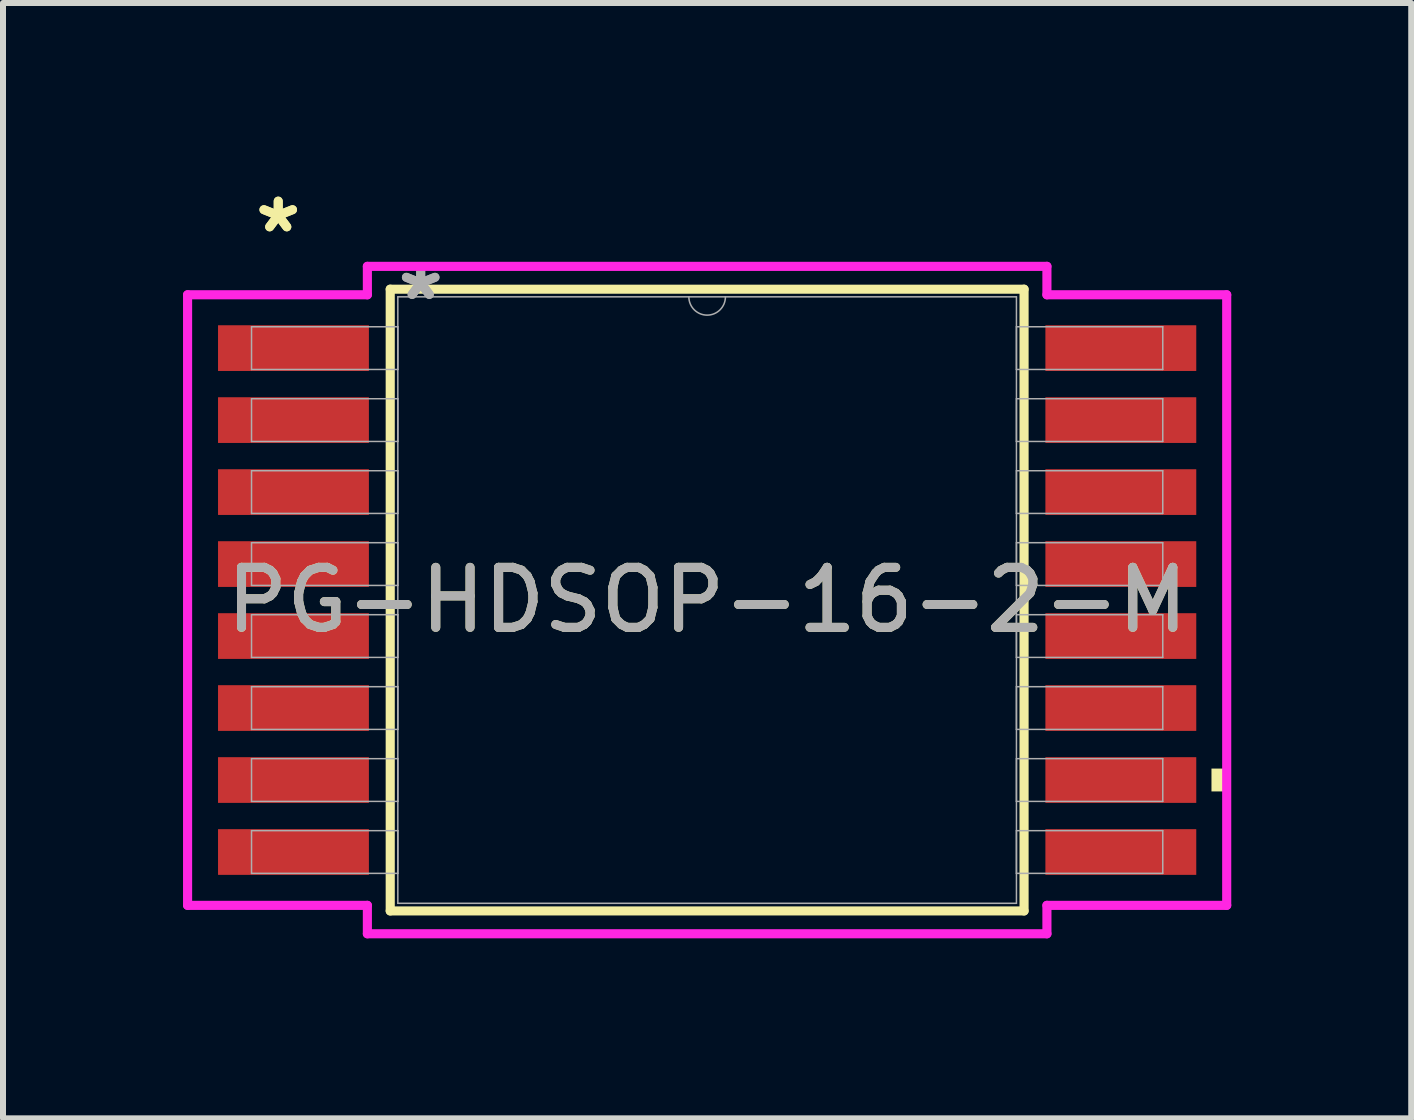
<source format=kicad_pcb>
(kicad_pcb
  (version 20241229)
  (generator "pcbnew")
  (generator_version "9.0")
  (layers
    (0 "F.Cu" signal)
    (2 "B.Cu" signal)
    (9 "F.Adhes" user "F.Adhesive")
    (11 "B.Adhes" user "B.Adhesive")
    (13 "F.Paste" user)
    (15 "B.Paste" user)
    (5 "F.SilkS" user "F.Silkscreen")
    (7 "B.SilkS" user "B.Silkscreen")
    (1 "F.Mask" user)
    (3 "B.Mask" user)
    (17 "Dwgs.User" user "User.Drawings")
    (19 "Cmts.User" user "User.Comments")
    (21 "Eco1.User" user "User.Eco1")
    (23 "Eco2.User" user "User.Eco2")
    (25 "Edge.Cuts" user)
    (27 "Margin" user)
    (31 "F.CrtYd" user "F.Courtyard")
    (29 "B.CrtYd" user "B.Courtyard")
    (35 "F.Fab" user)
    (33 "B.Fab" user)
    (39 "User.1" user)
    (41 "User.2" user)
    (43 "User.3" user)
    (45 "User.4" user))
  (footprint "PG-HDSOP-16-2-M"
    (layer "F.Cu")
    (at 8.738 6.953)
    (property "Reference" "PG-HDSOP-16-2-M" (at 0 0 0) (unlocked yes) (layer "F.SilkS") (effects (font (size 1 1) (thickness 0.15))))
    (attr smd)
    (fp_line (start -5.283 -5.182) (end -5.283 5.182) (stroke (width 0.152) (type solid)) (layer "F.SilkS"))
    (fp_line (start -5.283 5.182) (end 5.283 5.182) (stroke (width 0.152) (type solid)) (layer "F.SilkS"))
    (fp_line (start 5.283 -5.182) (end -5.283 -5.182) (stroke (width 0.152) (type solid)) (layer "F.SilkS"))
    (fp_line (start 5.283 5.182) (end 5.283 -5.182) (stroke (width 0.152) (type solid)) (layer "F.SilkS"))
    (fp_poly (pts (xy 8.661 2.809) (xy 8.661 3.19) (xy 8.407 3.19) (xy 8.407 2.809)) (stroke (width 0) (type solid)) (fill yes) (layer "F.SilkS"))
    (fp_line (start -8.661 -5.089) (end -5.664 -5.089) (stroke (width 0.152) (type solid)) (layer "F.CrtYd"))
    (fp_line (start -8.661 5.089) (end -8.661 -5.089) (stroke (width 0.152) (type solid)) (layer "F.CrtYd"))
    (fp_line (start -8.661 5.089) (end -5.664 5.089) (stroke (width 0.152) (type solid)) (layer "F.CrtYd"))
    (fp_line (start -5.664 -5.563) (end 5.664 -5.563) (stroke (width 0.152) (type solid)) (layer "F.CrtYd"))
    (fp_line (start -5.664 -5.089) (end -5.664 -5.563) (stroke (width 0.152) (type solid)) (layer "F.CrtYd"))
    (fp_line (start -5.664 5.563) (end -5.664 5.089) (stroke (width 0.152) (type solid)) (layer "F.CrtYd"))
    (fp_line (start 5.664 -5.563) (end 5.664 -5.089) (stroke (width 0.152) (type solid)) (layer "F.CrtYd"))
    (fp_line (start 5.664 5.089) (end 5.664 5.563) (stroke (width 0.152) (type solid)) (layer "F.CrtYd"))
    (fp_line (start 5.664 5.563) (end -5.664 5.563) (stroke (width 0.152) (type solid)) (layer "F.CrtYd"))
    (fp_line (start 8.661 -5.089) (end 5.664 -5.089) (stroke (width 0.152) (type solid)) (layer "F.CrtYd"))
    (fp_line (start 8.661 -5.089) (end 8.661 5.089) (stroke (width 0.152) (type solid)) (layer "F.CrtYd"))
    (fp_line (start 8.661 5.089) (end 5.664 5.089) (stroke (width 0.152) (type solid)) (layer "F.CrtYd"))
    (fp_line (start -7.595 -4.556) (end -7.595 -3.844) (stroke (width 0.025) (type solid)) (layer "F.Fab"))
    (fp_line (start -7.595 -3.844) (end -5.156 -3.844) (stroke (width 0.025) (type solid)) (layer "F.Fab"))
    (fp_line (start -7.595 -3.356) (end -7.595 -2.644) (stroke (width 0.025) (type solid)) (layer "F.Fab"))
    (fp_line (start -7.595 -2.644) (end -5.156 -2.644) (stroke (width 0.025) (type solid)) (layer "F.Fab"))
    (fp_line (start -7.595 -2.156) (end -7.595 -1.444) (stroke (width 0.025) (type solid)) (layer "F.Fab"))
    (fp_line (start -7.595 -1.444) (end -5.156 -1.444) (stroke (width 0.025) (type solid)) (layer "F.Fab"))
    (fp_line (start -7.595 -0.956) (end -7.595 -0.244) (stroke (width 0.025) (type solid)) (layer "F.Fab"))
    (fp_line (start -7.595 -0.244) (end -5.156 -0.244) (stroke (width 0.025) (type solid)) (layer "F.Fab"))
    (fp_line (start -7.595 0.244) (end -7.595 0.956) (stroke (width 0.025) (type solid)) (layer "F.Fab"))
    (fp_line (start -7.595 0.956) (end -5.156 0.956) (stroke (width 0.025) (type solid)) (layer "F.Fab"))
    (fp_line (start -7.595 1.444) (end -7.595 2.156) (stroke (width 0.025) (type solid)) (layer "F.Fab"))
    (fp_line (start -7.595 2.156) (end -5.156 2.156) (stroke (width 0.025) (type solid)) (layer "F.Fab"))
    (fp_line (start -7.595 2.644) (end -7.595 3.356) (stroke (width 0.025) (type solid)) (layer "F.Fab"))
    (fp_line (start -7.595 3.356) (end -5.156 3.356) (stroke (width 0.025) (type solid)) (layer "F.Fab"))
    (fp_line (start -7.595 3.844) (end -7.595 4.556) (stroke (width 0.025) (type solid)) (layer "F.Fab"))
    (fp_line (start -7.595 4.556) (end -5.156 4.556) (stroke (width 0.025) (type solid)) (layer "F.Fab"))
    (fp_line (start -5.156 -5.055) (end -5.156 5.055) (stroke (width 0.025) (type solid)) (layer "F.Fab"))
    (fp_line (start -5.156 -4.556) (end -7.595 -4.556) (stroke (width 0.025) (type solid)) (layer "F.Fab"))
    (fp_line (start -5.156 -3.844) (end -5.156 -4.556) (stroke (width 0.025) (type solid)) (layer "F.Fab"))
    (fp_line (start -5.156 -3.356) (end -7.595 -3.356) (stroke (width 0.025) (type solid)) (layer "F.Fab"))
    (fp_line (start -5.156 -2.644) (end -5.156 -3.356) (stroke (width 0.025) (type solid)) (layer "F.Fab"))
    (fp_line (start -5.156 -2.156) (end -7.595 -2.156) (stroke (width 0.025) (type solid)) (layer "F.Fab"))
    (fp_line (start -5.156 -1.444) (end -5.156 -2.156) (stroke (width 0.025) (type solid)) (layer "F.Fab"))
    (fp_line (start -5.156 -0.956) (end -7.595 -0.956) (stroke (width 0.025) (type solid)) (layer "F.Fab"))
    (fp_line (start -5.156 -0.244) (end -5.156 -0.956) (stroke (width 0.025) (type solid)) (layer "F.Fab"))
    (fp_line (start -5.156 0.244) (end -7.595 0.244) (stroke (width 0.025) (type solid)) (layer "F.Fab"))
    (fp_line (start -5.156 0.956) (end -5.156 0.244) (stroke (width 0.025) (type solid)) (layer "F.Fab"))
    (fp_line (start -5.156 1.444) (end -7.595 1.444) (stroke (width 0.025) (type solid)) (layer "F.Fab"))
    (fp_line (start -5.156 2.156) (end -5.156 1.444) (stroke (width 0.025) (type solid)) (layer "F.Fab"))
    (fp_line (start -5.156 2.644) (end -7.595 2.644) (stroke (width 0.025) (type solid)) (layer "F.Fab"))
    (fp_line (start -5.156 3.356) (end -5.156 2.644) (stroke (width 0.025) (type solid)) (layer "F.Fab"))
    (fp_line (start -5.156 3.844) (end -7.595 3.844) (stroke (width 0.025) (type solid)) (layer "F.Fab"))
    (fp_line (start -5.156 4.556) (end -5.156 3.844) (stroke (width 0.025) (type solid)) (layer "F.Fab"))
    (fp_line (start -5.156 5.055) (end 5.156 5.055) (stroke (width 0.025) (type solid)) (layer "F.Fab"))
    (fp_line (start 5.156 -5.055) (end -5.156 -5.055) (stroke (width 0.025) (type solid)) (layer "F.Fab"))
    (fp_line (start 5.156 -4.556) (end 5.156 -3.844) (stroke (width 0.025) (type solid)) (layer "F.Fab"))
    (fp_line (start 5.156 -3.844) (end 7.595 -3.844) (stroke (width 0.025) (type solid)) (layer "F.Fab"))
    (fp_line (start 5.156 -3.356) (end 5.156 -2.644) (stroke (width 0.025) (type solid)) (layer "F.Fab"))
    (fp_line (start 5.156 -2.644) (end 7.595 -2.644) (stroke (width 0.025) (type solid)) (layer "F.Fab"))
    (fp_line (start 5.156 -2.156) (end 5.156 -1.444) (stroke (width 0.025) (type solid)) (layer "F.Fab"))
    (fp_line (start 5.156 -1.444) (end 7.595 -1.444) (stroke (width 0.025) (type solid)) (layer "F.Fab"))
    (fp_line (start 5.156 -0.956) (end 5.156 -0.244) (stroke (width 0.025) (type solid)) (layer "F.Fab"))
    (fp_line (start 5.156 -0.244) (end 7.595 -0.244) (stroke (width 0.025) (type solid)) (layer "F.Fab"))
    (fp_line (start 5.156 0.244) (end 5.156 0.956) (stroke (width 0.025) (type solid)) (layer "F.Fab"))
    (fp_line (start 5.156 0.956) (end 7.595 0.956) (stroke (width 0.025) (type solid)) (layer "F.Fab"))
    (fp_line (start 5.156 1.444) (end 5.156 2.156) (stroke (width 0.025) (type solid)) (layer "F.Fab"))
    (fp_line (start 5.156 2.156) (end 7.595 2.156) (stroke (width 0.025) (type solid)) (layer "F.Fab"))
    (fp_line (start 5.156 2.644) (end 5.156 3.356) (stroke (width 0.025) (type solid)) (layer "F.Fab"))
    (fp_line (start 5.156 3.356) (end 7.595 3.356) (stroke (width 0.025) (type solid)) (layer "F.Fab"))
    (fp_line (start 5.156 3.844) (end 5.156 4.556) (stroke (width 0.025) (type solid)) (layer "F.Fab"))
    (fp_line (start 5.156 4.556) (end 7.595 4.556) (stroke (width 0.025) (type solid)) (layer "F.Fab"))
    (fp_line (start 5.156 5.055) (end 5.156 -5.055) (stroke (width 0.025) (type solid)) (layer "F.Fab"))
    (fp_line (start 7.595 -4.556) (end 5.156 -4.556) (stroke (width 0.025) (type solid)) (layer "F.Fab"))
    (fp_line (start 7.595 -3.844) (end 7.595 -4.556) (stroke (width 0.025) (type solid)) (layer "F.Fab"))
    (fp_line (start 7.595 -3.356) (end 5.156 -3.356) (stroke (width 0.025) (type solid)) (layer "F.Fab"))
    (fp_line (start 7.595 -2.644) (end 7.595 -3.356) (stroke (width 0.025) (type solid)) (layer "F.Fab"))
    (fp_line (start 7.595 -2.156) (end 5.156 -2.156) (stroke (width 0.025) (type solid)) (layer "F.Fab"))
    (fp_line (start 7.595 -1.444) (end 7.595 -2.156) (stroke (width 0.025) (type solid)) (layer "F.Fab"))
    (fp_line (start 7.595 -0.956) (end 5.156 -0.956) (stroke (width 0.025) (type solid)) (layer "F.Fab"))
    (fp_line (start 7.595 -0.244) (end 7.595 -0.956) (stroke (width 0.025) (type solid)) (layer "F.Fab"))
    (fp_line (start 7.595 0.244) (end 5.156 0.244) (stroke (width 0.025) (type solid)) (layer "F.Fab"))
    (fp_line (start 7.595 0.956) (end 7.595 0.244) (stroke (width 0.025) (type solid)) (layer "F.Fab"))
    (fp_line (start 7.595 1.444) (end 5.156 1.444) (stroke (width 0.025) (type solid)) (layer "F.Fab"))
    (fp_line (start 7.595 2.156) (end 7.595 1.444) (stroke (width 0.025) (type solid)) (layer "F.Fab"))
    (fp_line (start 7.595 2.644) (end 5.156 2.644) (stroke (width 0.025) (type solid)) (layer "F.Fab"))
    (fp_line (start 7.595 3.356) (end 7.595 2.644) (stroke (width 0.025) (type solid)) (layer "F.Fab"))
    (fp_line (start 7.595 3.844) (end 5.156 3.844) (stroke (width 0.025) (type solid)) (layer "F.Fab"))
    (fp_line (start 7.595 4.556) (end 7.595 3.844) (stroke (width 0.025) (type solid)) (layer "F.Fab"))
    (fp_arc (start 0.3048 -5.0546) (mid 0 -4.7498) (end -0.3048 -5.0546) (stroke (width 0.0254) (type solid)) (layer "F.Fab"))
    (fp_text user "*" (at -7.15 -6.105 0) (layer "F.SilkS") (effects (font (size 1 1) (thickness 0.15))))
    (fp_text user "*" (at -7.15 -6.105 0) (unlocked yes) (layer "F.SilkS") (effects (font (size 1 1) (thickness 0.15))))
    (fp_text user "*" (at -4.775 -4.978 0) (layer "F.Fab") (effects (font (size 1 1) (thickness 0.15))))
    (fp_text user "${REFERENCE}" (at 0 0 0) (unlocked yes) (layer "F.Fab") (effects (font (size 1 1) (thickness 0.15))))
    (fp_text user "*" (at -4.775 -4.978 0) (unlocked yes) (layer "F.Fab") (effects (font (size 1 1) (thickness 0.15))))
    (pad "1" smd rect (at -6.896 -4.2) (size 2.515 0.762) (layers "F.Cu" "F.Mask" "F.Paste"))
    (pad "2" smd rect (at -6.896 -3) (size 2.515 0.762) (layers "F.Cu" "F.Mask" "F.Paste"))
    (pad "3" smd rect (at -6.896 -1.8) (size 2.515 0.762) (layers "F.Cu" "F.Mask" "F.Paste"))
    (pad "4" smd rect (at -6.896 -0.6) (size 2.515 0.762) (layers "F.Cu" "F.Mask" "F.Paste"))
    (pad "5" smd rect (at -6.896 0.6) (size 2.515 0.762) (layers "F.Cu" "F.Mask" "F.Paste"))
    (pad "6" smd rect (at -6.896 1.8) (size 2.515 0.762) (layers "F.Cu" "F.Mask" "F.Paste"))
    (pad "7" smd rect (at -6.896 3) (size 2.515 0.762) (layers "F.Cu" "F.Mask" "F.Paste"))
    (pad "8" smd rect (at -6.896 4.2) (size 2.515 0.762) (layers "F.Cu" "F.Mask" "F.Paste"))
    (pad "9" smd rect (at 6.896 4.2) (size 2.515 0.762) (layers "F.Cu" "F.Mask" "F.Paste"))
    (pad "10" smd rect (at 6.896 3) (size 2.515 0.762) (layers "F.Cu" "F.Mask" "F.Paste"))
    (pad "11" smd rect (at 6.896 1.8) (size 2.515 0.762) (layers "F.Cu" "F.Mask" "F.Paste"))
    (pad "12" smd rect (at 6.896 0.6) (size 2.515 0.762) (layers "F.Cu" "F.Mask" "F.Paste"))
    (pad "13" smd rect (at 6.896 -0.6) (size 2.515 0.762) (layers "F.Cu" "F.Mask" "F.Paste"))
    (pad "14" smd rect (at 6.896 -1.8) (size 2.515 0.762) (layers "F.Cu" "F.Mask" "F.Paste"))
    (pad "15" smd rect (at 6.896 -3) (size 2.515 0.762) (layers "F.Cu" "F.Mask" "F.Paste"))
    (pad "16" smd rect (at 6.896 -4.2) (size 2.515 0.762) (layers "F.Cu" "F.Mask" "F.Paste")))
  (gr_rect
    (start -3 -3)
    (end 20.475 15.592)
    (stroke (width 0.1) (type default))
    (fill no)
    (layer "Edge.Cuts")))
</source>
